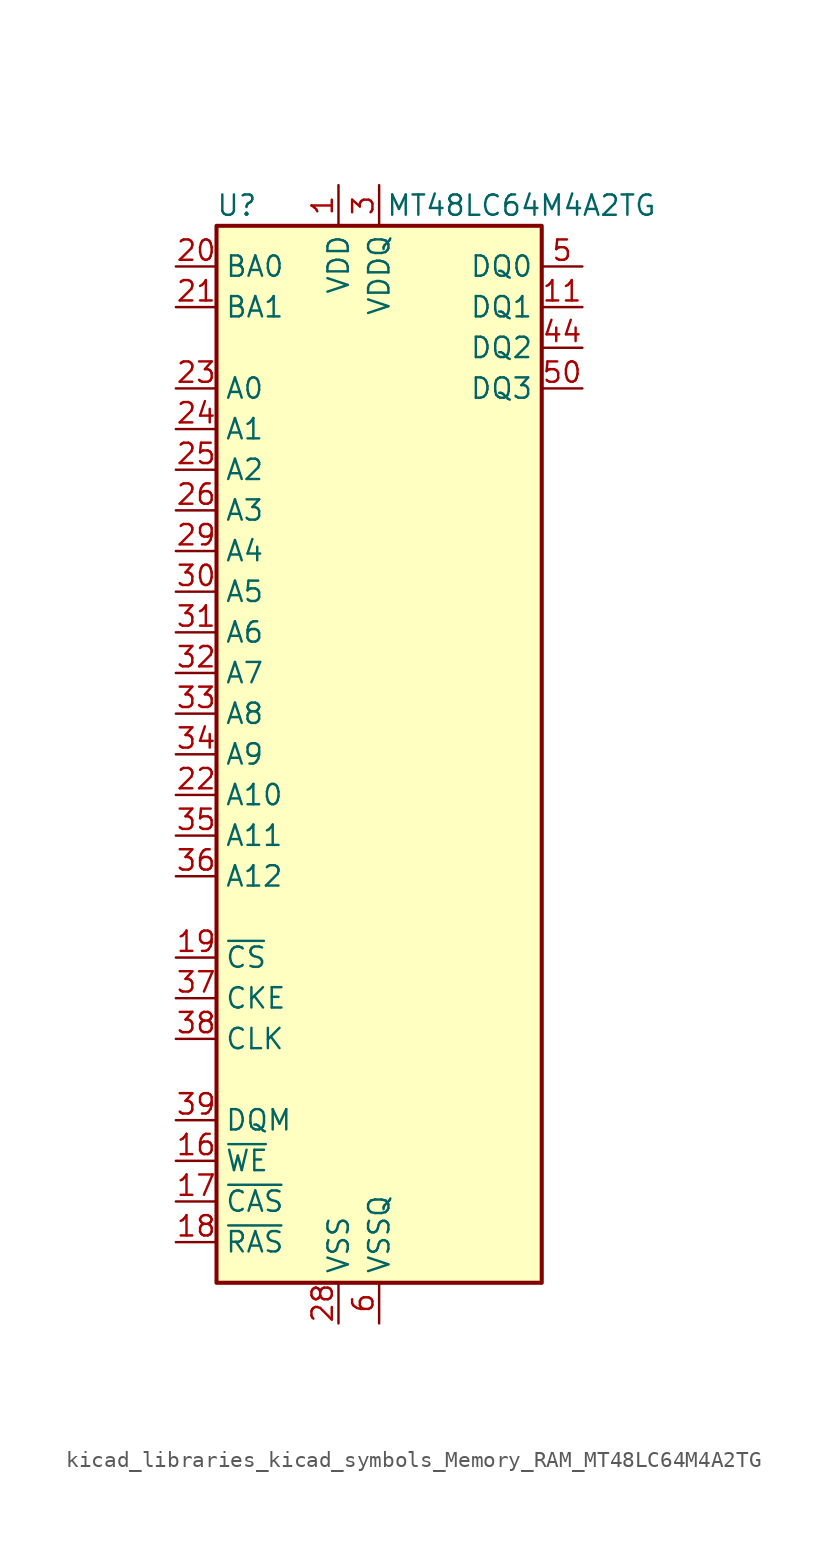
<source format=kicad_sym>
(kicad_symbol_lib
  (version 20220914)
  (generator kicad_symbol_editor)
  (symbol "kicad_libraries_kicad_symbols_Memory_RAM_MT48LC64M4A2TG"
    (property "Reference" "U"
      (at -8.89 34.29 0)
      (effects (font (size 1.27 1.27))))
    (property "Value" "MT48LC64M4A2TG"
      (at 8.89 34.29 0)
      (effects (font (size 1.27 1.27))))
    (symbol "kicad_libraries_kicad_symbols_Memory_RAM_MT48LC64M4A2TG_0_1"
      (rectangle (start -10.16 33.02) (end 10.16 -33.02) (stroke (width 0.254) (type default)) (fill (type background))))
    (symbol "kicad_libraries_kicad_symbols_Memory_RAM_MT48LC64M4A2TG_1_1"
      (pin power_in line (at -2.54 35.56 270) (length 2.54) (name "VDD" (effects (font (size 1.27 1.27)))) (number "1" (effects (font (size 1.27 1.27)))))
      (pin no_connect line (at 10.16 2.54 180) (length 2.54) hide (name "NC" (effects (font (size 1.27 1.27)))) (number "10" (effects (font (size 1.27 1.27)))))
      (pin bidirectional line (at 12.7 27.94 180) (length 2.54) (name "DQ1" (effects (font (size 1.27 1.27)))) (number "11" (effects (font (size 1.27 1.27)))))
      (pin passive line (at 0 -35.56 90) (length 2.54) hide (name "VSSQ" (effects (font (size 1.27 1.27)))) (number "12" (effects (font (size 1.27 1.27)))))
      (pin no_connect line (at 10.16 7.62 180) (length 2.54) hide (name "NC" (effects (font (size 1.27 1.27)))) (number "13" (effects (font (size 1.27 1.27)))))
      (pin passive line (at -2.54 35.56 270) (length 2.54) hide (name "VDD" (effects (font (size 1.27 1.27)))) (number "14" (effects (font (size 1.27 1.27)))))
      (pin no_connect line (at -10.16 -20.32 0) (length 2.54) hide (name "NC" (effects (font (size 1.27 1.27)))) (number "15" (effects (font (size 1.27 1.27)))))
      (pin input line (at -12.7 -25.4 0) (length 2.54) (name "~{WE}" (effects (font (size 1.27 1.27)))) (number "16" (effects (font (size 1.27 1.27)))))
      (pin input line (at -12.7 -27.94 0) (length 2.54) (name "~{CAS}" (effects (font (size 1.27 1.27)))) (number "17" (effects (font (size 1.27 1.27)))))
      (pin input line (at -12.7 -30.48 0) (length 2.54) (name "~{RAS}" (effects (font (size 1.27 1.27)))) (number "18" (effects (font (size 1.27 1.27)))))
      (pin input line (at -12.7 -12.7 0) (length 2.54) (name "~{CS}" (effects (font (size 1.27 1.27)))) (number "19" (effects (font (size 1.27 1.27)))))
      (pin no_connect line (at 10.16 12.7 180) (length 2.54) hide (name "NC" (effects (font (size 1.27 1.27)))) (number "2" (effects (font (size 1.27 1.27)))))
      (pin input line (at -12.7 30.48 0) (length 2.54) (name "BA0" (effects (font (size 1.27 1.27)))) (number "20" (effects (font (size 1.27 1.27)))))
      (pin input line (at -12.7 27.94 0) (length 2.54) (name "BA1" (effects (font (size 1.27 1.27)))) (number "21" (effects (font (size 1.27 1.27)))))
      (pin input line (at -12.7 -2.54 0) (length 2.54) (name "A10" (effects (font (size 1.27 1.27)))) (number "22" (effects (font (size 1.27 1.27)))))
      (pin input line (at -12.7 22.86 0) (length 2.54) (name "A0" (effects (font (size 1.27 1.27)))) (number "23" (effects (font (size 1.27 1.27)))))
      (pin input line (at -12.7 20.32 0) (length 2.54) (name "A1" (effects (font (size 1.27 1.27)))) (number "24" (effects (font (size 1.27 1.27)))))
      (pin input line (at -12.7 17.78 0) (length 2.54) (name "A2" (effects (font (size 1.27 1.27)))) (number "25" (effects (font (size 1.27 1.27)))))
      (pin input line (at -12.7 15.24 0) (length 2.54) (name "A3" (effects (font (size 1.27 1.27)))) (number "26" (effects (font (size 1.27 1.27)))))
      (pin passive line (at -2.54 35.56 270) (length 2.54) hide (name "VDD" (effects (font (size 1.27 1.27)))) (number "27" (effects (font (size 1.27 1.27)))))
      (pin power_in line (at -2.54 -35.56 90) (length 2.54) (name "VSS" (effects (font (size 1.27 1.27)))) (number "28" (effects (font (size 1.27 1.27)))))
      (pin input line (at -12.7 12.7 0) (length 2.54) (name "A4" (effects (font (size 1.27 1.27)))) (number "29" (effects (font (size 1.27 1.27)))))
      (pin power_in line (at 0 35.56 270) (length 2.54) (name "VDDQ" (effects (font (size 1.27 1.27)))) (number "3" (effects (font (size 1.27 1.27)))))
      (pin input line (at -12.7 10.16 0) (length 2.54) (name "A5" (effects (font (size 1.27 1.27)))) (number "30" (effects (font (size 1.27 1.27)))))
      (pin input line (at -12.7 7.62 0) (length 2.54) (name "A6" (effects (font (size 1.27 1.27)))) (number "31" (effects (font (size 1.27 1.27)))))
      (pin input line (at -12.7 5.08 0) (length 2.54) (name "A7" (effects (font (size 1.27 1.27)))) (number "32" (effects (font (size 1.27 1.27)))))
      (pin input line (at -12.7 2.54 0) (length 2.54) (name "A8" (effects (font (size 1.27 1.27)))) (number "33" (effects (font (size 1.27 1.27)))))
      (pin input line (at -12.7 0 0) (length 2.54) (name "A9" (effects (font (size 1.27 1.27)))) (number "34" (effects (font (size 1.27 1.27)))))
      (pin input line (at -12.7 -5.08 0) (length 2.54) (name "A11" (effects (font (size 1.27 1.27)))) (number "35" (effects (font (size 1.27 1.27)))))
      (pin input line (at -12.7 -7.62 0) (length 2.54) (name "A12" (effects (font (size 1.27 1.27)))) (number "36" (effects (font (size 1.27 1.27)))))
      (pin input line (at -12.7 -15.24 0) (length 2.54) (name "CKE" (effects (font (size 1.27 1.27)))) (number "37" (effects (font (size 1.27 1.27)))))
      (pin input line (at -12.7 -17.78 0) (length 2.54) (name "CLK" (effects (font (size 1.27 1.27)))) (number "38" (effects (font (size 1.27 1.27)))))
      (pin input line (at -12.7 -22.86 0) (length 2.54) (name "DQM" (effects (font (size 1.27 1.27)))) (number "39" (effects (font (size 1.27 1.27)))))
      (pin no_connect line (at 10.16 -7.62 180) (length 2.54) hide (name "NC" (effects (font (size 1.27 1.27)))) (number "4" (effects (font (size 1.27 1.27)))))
      (pin no_connect line (at 10.16 -20.32 180) (length 2.54) hide (name "NC" (effects (font (size 1.27 1.27)))) (number "40" (effects (font (size 1.27 1.27)))))
      (pin passive line (at -2.54 -35.56 90) (length 2.54) hide (name "VSS" (effects (font (size 1.27 1.27)))) (number "41" (effects (font (size 1.27 1.27)))))
      (pin no_connect line (at 10.16 10.16 180) (length 2.54) hide (name "NC" (effects (font (size 1.27 1.27)))) (number "42" (effects (font (size 1.27 1.27)))))
      (pin passive line (at 0 35.56 270) (length 2.54) hide (name "VDDQ" (effects (font (size 1.27 1.27)))) (number "43" (effects (font (size 1.27 1.27)))))
      (pin bidirectional line (at 12.7 25.4 180) (length 2.54) (name "DQ2" (effects (font (size 1.27 1.27)))) (number "44" (effects (font (size 1.27 1.27)))))
      (pin no_connect line (at 10.16 5.08 180) (length 2.54) hide (name "NC" (effects (font (size 1.27 1.27)))) (number "45" (effects (font (size 1.27 1.27)))))
      (pin passive line (at 0 -35.56 90) (length 2.54) hide (name "VSSQ" (effects (font (size 1.27 1.27)))) (number "46" (effects (font (size 1.27 1.27)))))
      (pin no_connect line (at 10.16 17.78 180) (length 2.54) hide (name "NC" (effects (font (size 1.27 1.27)))) (number "47" (effects (font (size 1.27 1.27)))))
      (pin no_connect line (at 10.16 0 180) (length 2.54) hide (name "NC" (effects (font (size 1.27 1.27)))) (number "48" (effects (font (size 1.27 1.27)))))
      (pin passive line (at 0 35.56 270) (length 2.54) hide (name "VDDQ" (effects (font (size 1.27 1.27)))) (number "49" (effects (font (size 1.27 1.27)))))
      (pin bidirectional line (at 12.7 30.48 180) (length 2.54) (name "DQ0" (effects (font (size 1.27 1.27)))) (number "5" (effects (font (size 1.27 1.27)))))
      (pin bidirectional line (at 12.7 22.86 180) (length 2.54) (name "DQ3" (effects (font (size 1.27 1.27)))) (number "50" (effects (font (size 1.27 1.27)))))
      (pin no_connect line (at 10.16 -5.08 180) (length 2.54) hide (name "NC" (effects (font (size 1.27 1.27)))) (number "51" (effects (font (size 1.27 1.27)))))
      (pin passive line (at 0 -35.56 90) (length 2.54) hide (name "VSSQ" (effects (font (size 1.27 1.27)))) (number "52" (effects (font (size 1.27 1.27)))))
      (pin no_connect line (at 10.16 20.32 180) (length 2.54) hide (name "NC" (effects (font (size 1.27 1.27)))) (number "53" (effects (font (size 1.27 1.27)))))
      (pin passive line (at -2.54 -35.56 90) (length 2.54) hide (name "VSS" (effects (font (size 1.27 1.27)))) (number "54" (effects (font (size 1.27 1.27)))))
      (pin power_in line (at 0 -35.56 90) (length 2.54) (name "VSSQ" (effects (font (size 1.27 1.27)))) (number "6" (effects (font (size 1.27 1.27)))))
      (pin no_connect line (at 10.16 -2.54 180) (length 2.54) hide (name "NC" (effects (font (size 1.27 1.27)))) (number "7" (effects (font (size 1.27 1.27)))))
      (pin no_connect line (at 10.16 15.24 180) (length 2.54) hide (name "NC" (effects (font (size 1.27 1.27)))) (number "8" (effects (font (size 1.27 1.27)))))
      (pin passive line (at 0 35.56 270) (length 2.54) hide (name "VDDQ" (effects (font (size 1.27 1.27)))) (number "9" (effects (font (size 1.27 1.27))))))))
</source>
